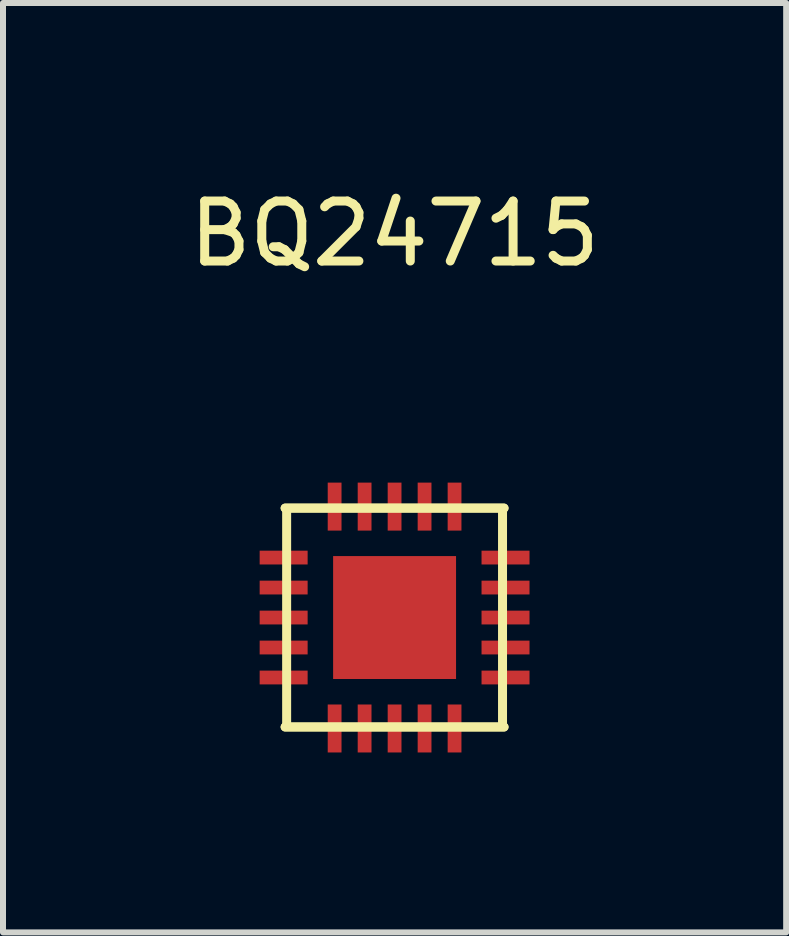
<source format=kicad_pcb>
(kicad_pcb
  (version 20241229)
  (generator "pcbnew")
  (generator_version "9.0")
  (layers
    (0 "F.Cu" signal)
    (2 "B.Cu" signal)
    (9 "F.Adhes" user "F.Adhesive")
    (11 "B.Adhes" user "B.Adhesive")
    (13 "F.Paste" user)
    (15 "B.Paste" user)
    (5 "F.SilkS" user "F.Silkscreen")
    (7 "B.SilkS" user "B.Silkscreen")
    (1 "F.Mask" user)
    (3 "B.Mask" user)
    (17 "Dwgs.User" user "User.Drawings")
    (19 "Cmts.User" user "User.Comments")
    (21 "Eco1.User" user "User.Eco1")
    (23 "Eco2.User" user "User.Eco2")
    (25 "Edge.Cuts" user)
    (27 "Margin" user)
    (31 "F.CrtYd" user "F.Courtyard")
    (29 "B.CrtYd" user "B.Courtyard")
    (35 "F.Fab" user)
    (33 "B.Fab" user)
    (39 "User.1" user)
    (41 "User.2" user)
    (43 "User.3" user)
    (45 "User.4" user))
  (footprint "BQ24715"
    (layer "F.Cu")
    (at 3.53 7.248)
    (property "Reference" "BQ24715" (at 0 -6.4 0) (layer "F.SilkS") (effects (font (size 1 1) (thickness 0.15))))
    (attr through_hole)
    (fp_line (start -1.825 -1.825) (end 1.825 -1.825) (stroke (width 0.15) (type solid)) (layer "F.SilkS"))
    (fp_line (start -1.825 1.825) (end 1.825 1.825) (stroke (width 0.15) (type solid)) (layer "F.SilkS"))
    (fp_line (start -1.8 -1.8) (end -1.8 1.8) (stroke (width 0.15) (type solid)) (layer "F.SilkS"))
    (fp_line (start 1.8 -1.8) (end 1.8 1.8) (stroke (width 0.15) (type solid)) (layer "F.SilkS"))
    (fp_line (start 1.825 -1.825) (end -1.825 -1.825) (stroke (width 0.15) (type solid)) (layer "F.SilkS"))
    (fp_line (start 1.825 1.825) (end -1.825 1.825) (stroke (width 0.15) (type solid)) (layer "F.SilkS"))
    (pad "1" smd rect (at 1 -1.85) (size 0.23 0.8) (layers "F.Cu" "F.Mask" "F.Paste"))
    (pad "2" smd rect (at 0.5 -1.85) (size 0.23 0.8) (layers "F.Cu" "F.Mask" "F.Paste"))
    (pad "3" smd rect (at 0 -1.85) (size 0.23 0.8) (layers "F.Cu" "F.Mask" "F.Paste"))
    (pad "4" smd rect (at -0.5 -1.85) (size 0.23 0.8) (layers "F.Cu" "F.Mask" "F.Paste"))
    (pad "5" smd rect (at -1 -1.85) (size 0.23 0.8) (layers "F.Cu" "F.Mask" "F.Paste"))
    (pad "6" smd rect (at -1.85 -1 90) (size 0.23 0.8) (layers "F.Cu" "F.Mask" "F.Paste"))
    (pad "7" smd rect (at -1.85 -0.5 90) (size 0.23 0.8) (layers "F.Cu" "F.Mask" "F.Paste"))
    (pad "8" smd rect (at -1.85 0 90) (size 0.23 0.8) (layers "F.Cu" "F.Mask" "F.Paste"))
    (pad "9" smd rect (at -1.85 0.5 90) (size 0.23 0.8) (layers "F.Cu" "F.Mask" "F.Paste"))
    (pad "10" smd rect (at -1.85 1 90) (size 0.23 0.8) (layers "F.Cu" "F.Mask" "F.Paste"))
    (pad "11" smd rect (at -1 1.85) (size 0.23 0.8) (layers "F.Cu" "F.Mask" "F.Paste"))
    (pad "12" smd rect (at -0.5 1.85) (size 0.23 0.8) (layers "F.Cu" "F.Mask" "F.Paste"))
    (pad "13" smd rect (at 0 1.85) (size 0.23 0.8) (layers "F.Cu" "F.Mask" "F.Paste"))
    (pad "14" smd rect (at 0.5 1.85) (size 0.23 0.8) (layers "F.Cu" "F.Mask" "F.Paste"))
    (pad "15" smd rect (at 1 1.85) (size 0.23 0.8) (layers "F.Cu" "F.Mask" "F.Paste"))
    (pad "16" smd rect (at 1.85 1 90) (size 0.23 0.8) (layers "F.Cu" "F.Mask" "F.Paste"))
    (pad "17" smd rect (at 1.85 0.5 90) (size 0.23 0.8) (layers "F.Cu" "F.Mask" "F.Paste"))
    (pad "18" smd rect (at 1.85 0 90) (size 0.23 0.8) (layers "F.Cu" "F.Mask" "F.Paste"))
    (pad "19" smd rect (at 1.85 -0.5 90) (size 0.23 0.8) (layers "F.Cu" "F.Mask" "F.Paste"))
    (pad "20" smd rect (at 1.85 -1 90) (size 0.23 0.8) (layers "F.Cu" "F.Mask" "F.Paste"))
    (pad "21" smd rect (at 0 0) (size 2.05 2.05) (layers "F.Cu" "F.Mask" "F.Paste")))
  (gr_rect
    (start -3 -3)
    (end 10.06 12.498)
    (stroke (width 0.1) (type default))
    (fill no)
    (layer "Edge.Cuts")))
</source>
